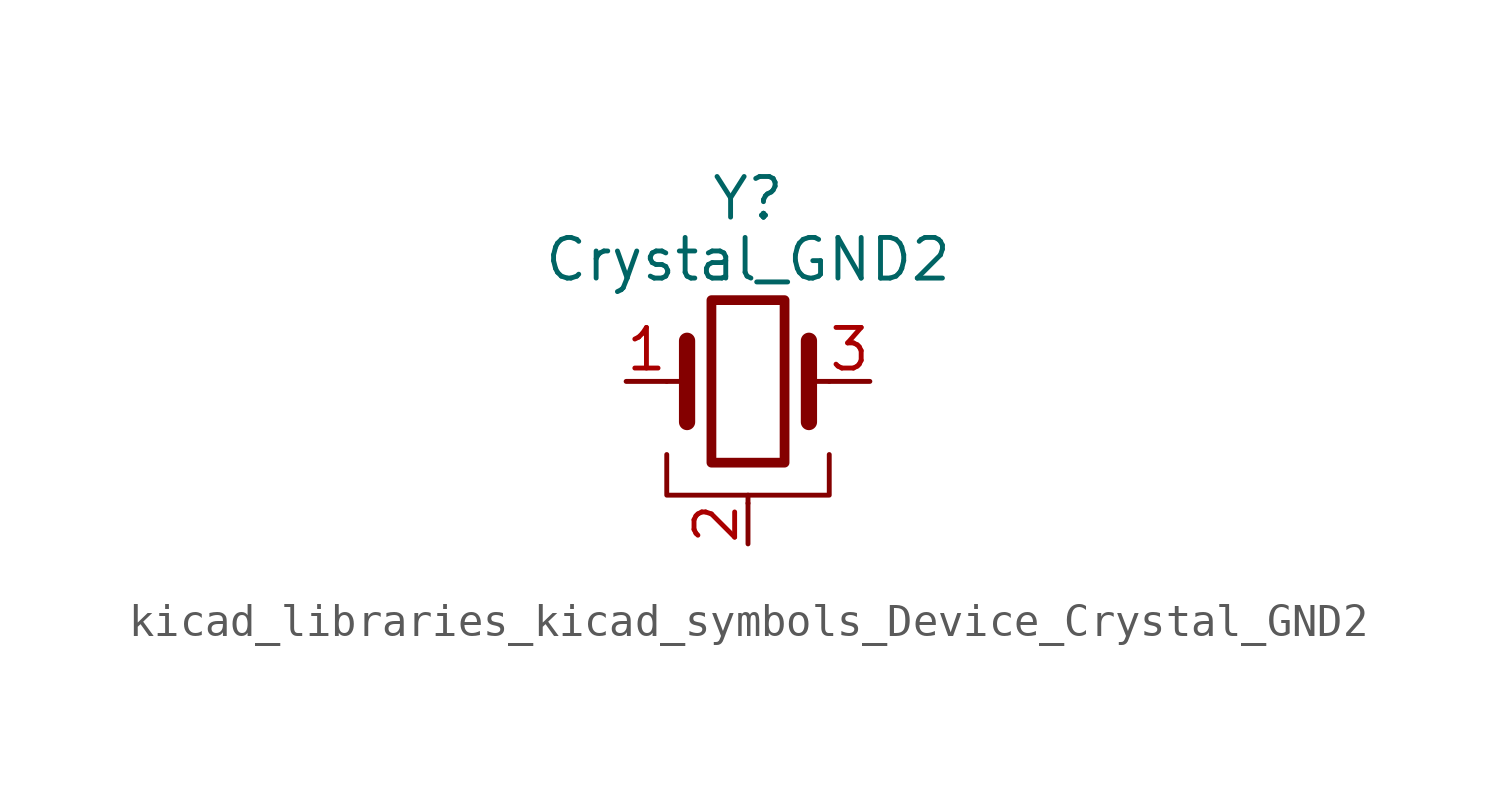
<source format=kicad_sym>
(kicad_symbol_lib
  (version 20220914)
  (generator kicad_symbol_editor)
  (symbol "kicad_libraries_kicad_symbols_Device_Crystal_GND2"
    (pin_names
      (offset 1.016) hide)
    (property "Reference" "Y"
      (at 0 5.715 0)
      (effects (font (size 1.27 1.27))))
    (property "Value" "Crystal_GND2"
      (at 0 3.81 0)
      (effects (font (size 1.27 1.27))))
    (symbol "kicad_libraries_kicad_symbols_Device_Crystal_GND2_0_1"
      (rectangle (start -1.143 2.54) (end 1.143 -2.54) (stroke (width 0.305) (type default)) (fill (type none)))
      (polyline (pts (xy -2.54 0) (xy -1.905 0)) (stroke (width 0) (type default)) (fill (type none)))
      (polyline (pts (xy -1.905 -1.27) (xy -1.905 1.27)) (stroke (width 0.508) (type default)) (fill (type none)))
      (polyline (pts (xy 0 -3.81) (xy 0 -3.556)) (stroke (width 0) (type default)) (fill (type none)))
      (polyline (pts (xy 1.905 0) (xy 2.54 0)) (stroke (width 0) (type default)) (fill (type none)))
      (polyline (pts (xy 1.905 1.27) (xy 1.905 -1.27)) (stroke (width 0.508) (type default)) (fill (type none)))
      (polyline (pts (xy -2.54 -2.286) (xy -2.54 -3.556) (xy 2.54 -3.556) (xy 2.54 -2.286)) (stroke (width 0) (type default)) (fill (type none))))
    (symbol "kicad_libraries_kicad_symbols_Device_Crystal_GND2_1_1"
      (pin passive line (at -3.81 0 0) (length 1.27) (name "1" (effects (font (size 1.27 1.27)))) (number "1" (effects (font (size 1.27 1.27)))))
      (pin passive line (at 0 -5.08 90) (length 1.27) (name "2" (effects (font (size 1.27 1.27)))) (number "2" (effects (font (size 1.27 1.27)))))
      (pin passive line (at 3.81 0 180) (length 1.27) (name "3" (effects (font (size 1.27 1.27)))) (number "3" (effects (font (size 1.27 1.27))))))))
</source>
